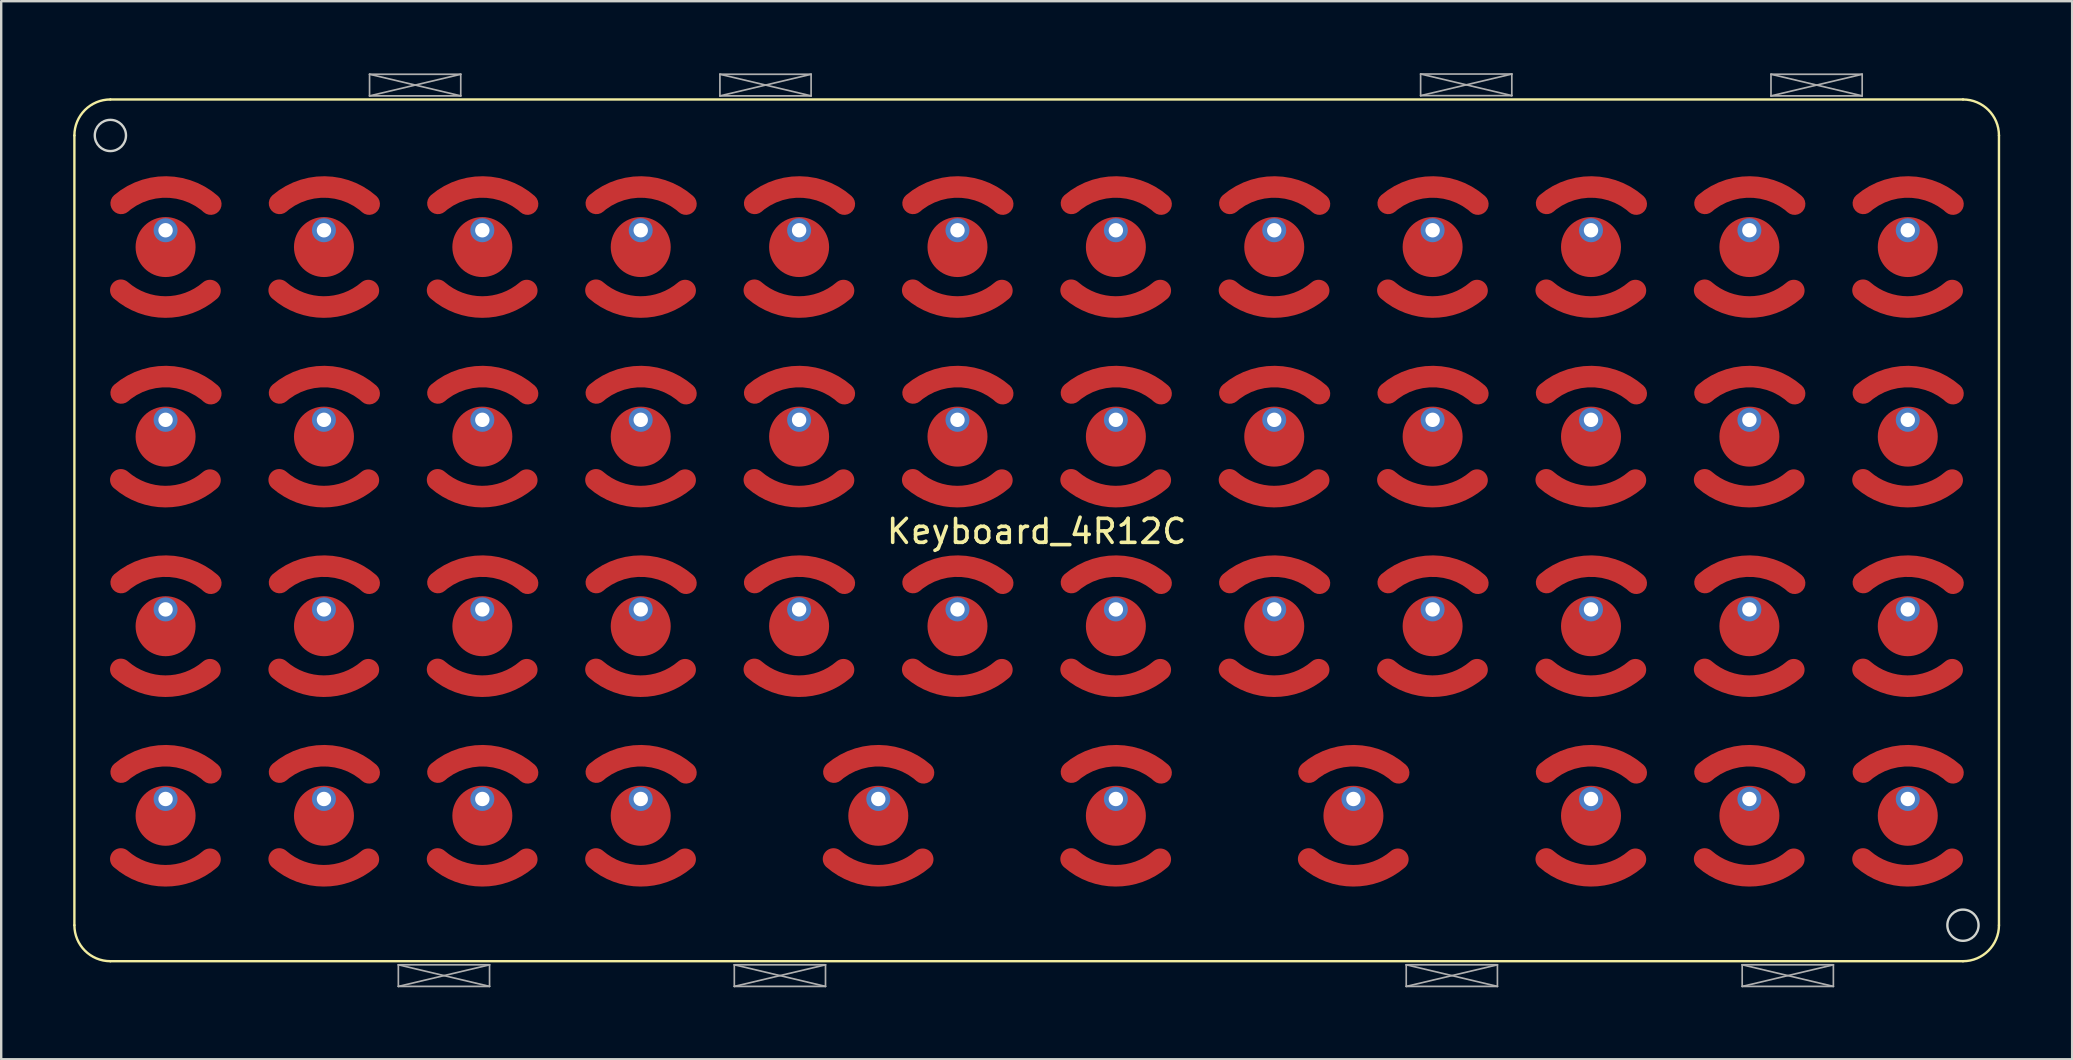
<source format=kicad_pcb>
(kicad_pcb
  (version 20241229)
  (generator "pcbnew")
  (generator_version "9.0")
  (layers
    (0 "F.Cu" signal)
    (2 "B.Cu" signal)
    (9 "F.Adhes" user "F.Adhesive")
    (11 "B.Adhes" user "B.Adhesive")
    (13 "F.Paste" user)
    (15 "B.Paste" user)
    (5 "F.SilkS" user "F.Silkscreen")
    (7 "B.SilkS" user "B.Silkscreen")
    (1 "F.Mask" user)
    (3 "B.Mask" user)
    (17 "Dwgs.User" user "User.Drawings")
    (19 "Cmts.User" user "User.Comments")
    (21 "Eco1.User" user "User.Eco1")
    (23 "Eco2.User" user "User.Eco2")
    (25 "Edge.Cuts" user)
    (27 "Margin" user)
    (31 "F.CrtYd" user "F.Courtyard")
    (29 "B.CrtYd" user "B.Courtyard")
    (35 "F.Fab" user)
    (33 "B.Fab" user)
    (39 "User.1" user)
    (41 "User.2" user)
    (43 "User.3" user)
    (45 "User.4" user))
  (footprint "Keyboard_4R12C"
    (layer "F.Cu")
    (at 40.15 11.195)
    (property "Reference" "Keyboard_4R12C" (at 0 7.9 0) (unlocked yes) (layer "F.SilkS") (effects (font (size 1 1) (thickness 0.15))))
    (attr smd)
    (fp_arc (start -34.450005 -2.136258) (mid -36.309623 -1.449989) (end -38.164543 -2.148858) (stroke (width 0.9) (type solid)) (layer "F.Cu"))
    (fp_arc (start -34.450005 5.763742) (mid -36.309623 6.450011) (end -38.164543 5.751142) (stroke (width 0.9) (type solid)) (layer "F.Cu"))
    (fp_arc (start -34.450005 13.663742) (mid -36.309623 14.350011) (end -38.164543 13.651142) (stroke (width 0.9) (type solid)) (layer "F.Cu"))
    (fp_arc (start -34.450005 21.563742) (mid -36.309623 22.250011) (end -38.164543 21.551142) (stroke (width 0.9) (type solid)) (layer "F.Cu"))
    (fp_arc (start -27.850005 -2.136258) (mid -29.709623 -1.449989) (end -31.564543 -2.148858) (stroke (width 0.9) (type solid)) (layer "F.Cu"))
    (fp_arc (start -27.850005 5.763742) (mid -29.709623 6.450011) (end -31.564543 5.751142) (stroke (width 0.9) (type solid)) (layer "F.Cu"))
    (fp_arc (start -27.850005 13.663742) (mid -29.709623 14.350011) (end -31.564543 13.651142) (stroke (width 0.9) (type solid)) (layer "F.Cu"))
    (fp_arc (start -27.850005 21.563742) (mid -29.709623 22.250011) (end -31.564543 21.551142) (stroke (width 0.9) (type solid)) (layer "F.Cu"))
    (fp_arc (start -21.250005 -2.136258) (mid -23.109623 -1.449989) (end -24.964543 -2.148858) (stroke (width 0.9) (type solid)) (layer "F.Cu"))
    (fp_arc (start -21.250005 5.763742) (mid -23.109623 6.450011) (end -24.964543 5.751142) (stroke (width 0.9) (type solid)) (layer "F.Cu"))
    (fp_arc (start -21.250005 13.663742) (mid -23.109623 14.350011) (end -24.964543 13.651142) (stroke (width 0.9) (type solid)) (layer "F.Cu"))
    (fp_arc (start -21.250005 21.563742) (mid -23.109623 22.250011) (end -24.964543 21.551142) (stroke (width 0.9) (type solid)) (layer "F.Cu"))
    (fp_arc (start -14.650005 -2.136258) (mid -16.509623 -1.449989) (end -18.364543 -2.148858) (stroke (width 0.9) (type solid)) (layer "F.Cu"))
    (fp_arc (start -14.650005 5.763742) (mid -16.509623 6.450011) (end -18.364543 5.751142) (stroke (width 0.9) (type solid)) (layer "F.Cu"))
    (fp_arc (start -14.650005 13.663742) (mid -16.509623 14.350011) (end -18.364543 13.651142) (stroke (width 0.9) (type solid)) (layer "F.Cu"))
    (fp_arc (start -14.650005 21.563742) (mid -16.509623 22.250011) (end -18.364543 21.551142) (stroke (width 0.9) (type solid)) (layer "F.Cu"))
    (fp_arc (start -8.050005 -2.136258) (mid -9.909623 -1.449989) (end -11.764543 -2.148858) (stroke (width 0.9) (type solid)) (layer "F.Cu"))
    (fp_arc (start -8.050005 5.763742) (mid -9.909623 6.450011) (end -11.764543 5.751142) (stroke (width 0.9) (type solid)) (layer "F.Cu"))
    (fp_arc (start -8.050005 13.663742) (mid -9.909623 14.350011) (end -11.764543 13.651142) (stroke (width 0.9) (type solid)) (layer "F.Cu"))
    (fp_arc (start -4.750005 21.563742) (mid -6.609623 22.250011) (end -8.464543 21.551142) (stroke (width 0.9) (type solid)) (layer "F.Cu"))
    (fp_arc (start -1.450005 -2.136258) (mid -3.309623 -1.449989) (end -5.164543 -2.148858) (stroke (width 0.9) (type solid)) (layer "F.Cu"))
    (fp_arc (start -1.450005 5.763742) (mid -3.309623 6.450011) (end -5.164543 5.751142) (stroke (width 0.9) (type solid)) (layer "F.Cu"))
    (fp_arc (start -1.450005 13.663742) (mid -3.309623 14.350011) (end -5.164543 13.651142) (stroke (width 0.9) (type solid)) (layer "F.Cu"))
    (fp_arc (start 5.149995 -2.136258) (mid 3.290377 -1.449989) (end 1.435457 -2.148858) (stroke (width 0.9) (type solid)) (layer "F.Cu"))
    (fp_arc (start 5.149995 5.763742) (mid 3.290377 6.450011) (end 1.435457 5.751142) (stroke (width 0.9) (type solid)) (layer "F.Cu"))
    (fp_arc (start 5.149995 13.663742) (mid 3.290377 14.350011) (end 1.435457 13.651142) (stroke (width 0.9) (type solid)) (layer "F.Cu"))
    (fp_arc (start 5.149995 21.563742) (mid 3.290377 22.250011) (end 1.435457 21.551142) (stroke (width 0.9) (type solid)) (layer "F.Cu"))
    (fp_arc (start 11.749995 -2.136258) (mid 9.890377 -1.449989) (end 8.035457 -2.148858) (stroke (width 0.9) (type solid)) (layer "F.Cu"))
    (fp_arc (start 11.749995 5.763742) (mid 9.890377 6.450011) (end 8.035457 5.751142) (stroke (width 0.9) (type solid)) (layer "F.Cu"))
    (fp_arc (start 11.749995 13.663742) (mid 9.890377 14.350011) (end 8.035457 13.651142) (stroke (width 0.9) (type solid)) (layer "F.Cu"))
    (fp_arc (start 15.049995 21.563742) (mid 13.190377 22.250011) (end 11.335457 21.551142) (stroke (width 0.9) (type solid)) (layer "F.Cu"))
    (fp_arc (start 18.349995 -2.136258) (mid 16.490377 -1.449989) (end 14.635457 -2.148858) (stroke (width 0.9) (type solid)) (layer "F.Cu"))
    (fp_arc (start 18.349995 5.763742) (mid 16.490377 6.450011) (end 14.635457 5.751142) (stroke (width 0.9) (type solid)) (layer "F.Cu"))
    (fp_arc (start 18.349995 13.663742) (mid 16.490377 14.350011) (end 14.635457 13.651142) (stroke (width 0.9) (type solid)) (layer "F.Cu"))
    (fp_arc (start 24.949995 -2.136258) (mid 23.090377 -1.449989) (end 21.235457 -2.148858) (stroke (width 0.9) (type solid)) (layer "F.Cu"))
    (fp_arc (start 24.949995 5.763742) (mid 23.090377 6.450011) (end 21.235457 5.751142) (stroke (width 0.9) (type solid)) (layer "F.Cu"))
    (fp_arc (start 24.949995 13.663742) (mid 23.090377 14.350011) (end 21.235457 13.651142) (stroke (width 0.9) (type solid)) (layer "F.Cu"))
    (fp_arc (start 24.949995 21.563742) (mid 23.090377 22.250011) (end 21.235457 21.551142) (stroke (width 0.9) (type solid)) (layer "F.Cu"))
    (fp_arc (start 31.549995 -2.136258) (mid 29.690377 -1.449989) (end 27.835457 -2.148858) (stroke (width 0.9) (type solid)) (layer "F.Cu"))
    (fp_arc (start 31.549995 5.763742) (mid 29.690377 6.450011) (end 27.835457 5.751142) (stroke (width 0.9) (type solid)) (layer "F.Cu"))
    (fp_arc (start 31.549995 13.663742) (mid 29.690377 14.350011) (end 27.835457 13.651142) (stroke (width 0.9) (type solid)) (layer "F.Cu"))
    (fp_arc (start 31.549995 21.563742) (mid 29.690377 22.250011) (end 27.835457 21.551142) (stroke (width 0.9) (type solid)) (layer "F.Cu"))
    (fp_arc (start 38.149995 -2.136258) (mid 36.290377 -1.449989) (end 34.435457 -2.148858) (stroke (width 0.9) (type solid)) (layer "F.Cu"))
    (fp_arc (start 38.149995 5.763742) (mid 36.290377 6.450011) (end 34.435457 5.751142) (stroke (width 0.9) (type solid)) (layer "F.Cu"))
    (fp_arc (start 38.149995 13.663742) (mid 36.290377 14.350011) (end 34.435457 13.651142) (stroke (width 0.9) (type solid)) (layer "F.Cu"))
    (fp_arc (start 38.149995 21.563742) (mid 36.290377 22.250011) (end 34.435457 21.551142) (stroke (width 0.9) (type solid)) (layer "F.Cu"))
    (fp_arc (start -34.450005 -2.136258) (mid -36.309623 -1.449989) (end -38.164543 -2.148858) (stroke (width 0.9) (type solid)) (layer "F.Mask"))
    (fp_arc (start -34.450005 5.763742) (mid -36.309623 6.450011) (end -38.164543 5.751142) (stroke (width 0.9) (type solid)) (layer "F.Mask"))
    (fp_arc (start -34.450005 13.663742) (mid -36.309623 14.350011) (end -38.164543 13.651142) (stroke (width 0.9) (type solid)) (layer "F.Mask"))
    (fp_arc (start -34.450005 21.563742) (mid -36.309623 22.250011) (end -38.164543 21.551142) (stroke (width 0.9) (type solid)) (layer "F.Mask"))
    (fp_arc (start -27.850005 -2.136258) (mid -29.709623 -1.449989) (end -31.564543 -2.148858) (stroke (width 0.9) (type solid)) (layer "F.Mask"))
    (fp_arc (start -27.850005 5.763742) (mid -29.709623 6.450011) (end -31.564543 5.751142) (stroke (width 0.9) (type solid)) (layer "F.Mask"))
    (fp_arc (start -27.850005 13.663742) (mid -29.709623 14.350011) (end -31.564543 13.651142) (stroke (width 0.9) (type solid)) (layer "F.Mask"))
    (fp_arc (start -27.850005 21.563742) (mid -29.709623 22.250011) (end -31.564543 21.551142) (stroke (width 0.9) (type solid)) (layer "F.Mask"))
    (fp_arc (start -21.250005 -2.136258) (mid -23.109623 -1.449989) (end -24.964543 -2.148858) (stroke (width 0.9) (type solid)) (layer "F.Mask"))
    (fp_arc (start -21.250005 5.763742) (mid -23.109623 6.450011) (end -24.964543 5.751142) (stroke (width 0.9) (type solid)) (layer "F.Mask"))
    (fp_arc (start -21.250005 13.663742) (mid -23.109623 14.350011) (end -24.964543 13.651142) (stroke (width 0.9) (type solid)) (layer "F.Mask"))
    (fp_arc (start -21.250005 21.563742) (mid -23.109623 22.250011) (end -24.964543 21.551142) (stroke (width 0.9) (type solid)) (layer "F.Mask"))
    (fp_arc (start -14.650005 -2.136258) (mid -16.509623 -1.449989) (end -18.364543 -2.148858) (stroke (width 0.9) (type solid)) (layer "F.Mask"))
    (fp_arc (start -14.650005 5.763742) (mid -16.509623 6.450011) (end -18.364543 5.751142) (stroke (width 0.9) (type solid)) (layer "F.Mask"))
    (fp_arc (start -14.650005 13.663742) (mid -16.509623 14.350011) (end -18.364543 13.651142) (stroke (width 0.9) (type solid)) (layer "F.Mask"))
    (fp_arc (start -14.650005 21.563742) (mid -16.509623 22.250011) (end -18.364543 21.551142) (stroke (width 0.9) (type solid)) (layer "F.Mask"))
    (fp_arc (start -8.050005 -2.136258) (mid -9.909623 -1.449989) (end -11.764543 -2.148858) (stroke (width 0.9) (type solid)) (layer "F.Mask"))
    (fp_arc (start -8.050005 5.763742) (mid -9.909623 6.450011) (end -11.764543 5.751142) (stroke (width 0.9) (type solid)) (layer "F.Mask"))
    (fp_arc (start -8.050005 13.663742) (mid -9.909623 14.350011) (end -11.764543 13.651142) (stroke (width 0.9) (type solid)) (layer "F.Mask"))
    (fp_arc (start -4.750005 21.563742) (mid -6.609623 22.250011) (end -8.464542 21.551142) (stroke (width 0.9) (type solid)) (layer "F.Mask"))
    (fp_arc (start -1.450005 -2.136258) (mid -3.309623 -1.449989) (end -5.164543 -2.148858) (stroke (width 0.9) (type solid)) (layer "F.Mask"))
    (fp_arc (start -1.450005 5.763742) (mid -3.309623 6.450011) (end -5.164543 5.751142) (stroke (width 0.9) (type solid)) (layer "F.Mask"))
    (fp_arc (start -1.450005 13.663742) (mid -3.309623 14.350011) (end -5.164543 13.651142) (stroke (width 0.9) (type solid)) (layer "F.Mask"))
    (fp_arc (start 5.149995 -2.136258) (mid 3.290377 -1.449989) (end 1.435457 -2.148858) (stroke (width 0.9) (type solid)) (layer "F.Mask"))
    (fp_arc (start 5.149995 5.763742) (mid 3.290377 6.450011) (end 1.435457 5.751142) (stroke (width 0.9) (type solid)) (layer "F.Mask"))
    (fp_arc (start 5.149995 13.663742) (mid 3.290377 14.350011) (end 1.435457 13.651142) (stroke (width 0.9) (type solid)) (layer "F.Mask"))
    (fp_arc (start 5.149995 21.563742) (mid 3.290377 22.250011) (end 1.435458 21.551142) (stroke (width 0.9) (type solid)) (layer "F.Mask"))
    (fp_arc (start 11.749995 -2.136258) (mid 9.890377 -1.449989) (end 8.035457 -2.148858) (stroke (width 0.9) (type solid)) (layer "F.Mask"))
    (fp_arc (start 11.749995 5.763742) (mid 9.890377 6.450011) (end 8.035457 5.751142) (stroke (width 0.9) (type solid)) (layer "F.Mask"))
    (fp_arc (start 11.749995 13.663742) (mid 9.890377 14.350011) (end 8.035457 13.651142) (stroke (width 0.9) (type solid)) (layer "F.Mask"))
    (fp_arc (start 15.049995 21.563742) (mid 13.190377 22.250011) (end 11.335457 21.551142) (stroke (width 0.9) (type solid)) (layer "F.Mask"))
    (fp_arc (start 18.349995 -2.136258) (mid 16.490377 -1.449989) (end 14.635457 -2.148858) (stroke (width 0.9) (type solid)) (layer "F.Mask"))
    (fp_arc (start 18.349995 5.763742) (mid 16.490377 6.450011) (end 14.635457 5.751142) (stroke (width 0.9) (type solid)) (layer "F.Mask"))
    (fp_arc (start 18.349995 13.663742) (mid 16.490377 14.350011) (end 14.635457 13.651142) (stroke (width 0.9) (type solid)) (layer "F.Mask"))
    (fp_arc (start 24.949995 -2.136258) (mid 23.090377 -1.449989) (end 21.235457 -2.148858) (stroke (width 0.9) (type solid)) (layer "F.Mask"))
    (fp_arc (start 24.949995 5.763742) (mid 23.090377 6.450011) (end 21.235457 5.751142) (stroke (width 0.9) (type solid)) (layer "F.Mask"))
    (fp_arc (start 24.949995 13.663742) (mid 23.090377 14.350011) (end 21.235457 13.651142) (stroke (width 0.9) (type solid)) (layer "F.Mask"))
    (fp_arc (start 24.949995 21.563742) (mid 23.090377 22.250011) (end 21.235457 21.551142) (stroke (width 0.9) (type solid)) (layer "F.Mask"))
    (fp_arc (start 31.549995 -2.136258) (mid 29.690377 -1.449989) (end 27.835457 -2.148858) (stroke (width 0.9) (type solid)) (layer "F.Mask"))
    (fp_arc (start 31.549995 5.763742) (mid 29.690377 6.450011) (end 27.835457 5.751142) (stroke (width 0.9) (type solid)) (layer "F.Mask"))
    (fp_arc (start 31.549995 13.663742) (mid 29.690377 14.350011) (end 27.835457 13.651142) (stroke (width 0.9) (type solid)) (layer "F.Mask"))
    (fp_arc (start 31.549995 21.563742) (mid 29.690377 22.250011) (end 27.835457 21.551142) (stroke (width 0.9) (type solid)) (layer "F.Mask"))
    (fp_arc (start 38.149995 -2.136258) (mid 36.290377 -1.449989) (end 34.435457 -2.148858) (stroke (width 0.9) (type solid)) (layer "F.Mask"))
    (fp_arc (start 38.149995 5.763742) (mid 36.290377 6.450011) (end 34.435457 5.751142) (stroke (width 0.9) (type solid)) (layer "F.Mask"))
    (fp_arc (start 38.149995 13.663742) (mid 36.290377 14.350011) (end 34.435457 13.651142) (stroke (width 0.9) (type solid)) (layer "F.Mask"))
    (fp_arc (start 38.149995 21.563742) (mid 36.290377 22.250011) (end 34.435457 21.551142) (stroke (width 0.9) (type solid)) (layer "F.Mask"))
    (fp_poly (pts (xy -36.3 -6.75) (xy -34.05 -5.75) (xy -34.05 -2.15) (xy -36.3 -1.15) (xy -38.55 -2.15) (xy -38.55 -5.75)) (stroke (width 0.05) (type solid)) (fill yes) (layer "F.Mask"))
    (fp_poly (pts (xy -36.3 1.15) (xy -34.05 2.15) (xy -34.05 5.75) (xy -36.3 6.75) (xy -38.55 5.75) (xy -38.55 2.15)) (stroke (width 0.05) (type solid)) (fill yes) (layer "F.Mask"))
    (fp_poly (pts (xy -36.3 9.05) (xy -34.05 10.05) (xy -34.05 13.65) (xy -36.3 14.65) (xy -38.55 13.65) (xy -38.55 10.05)) (stroke (width 0.05) (type solid)) (fill yes) (layer "F.Mask"))
    (fp_poly (pts (xy -36.3 16.95) (xy -34.05 17.95) (xy -34.05 21.55) (xy -36.3 22.55) (xy -38.55 21.55) (xy -38.55 17.95)) (stroke (width 0.05) (type solid)) (fill yes) (layer "F.Mask"))
    (fp_poly (pts (xy -29.7 -6.75) (xy -27.45 -5.75) (xy -27.45 -2.15) (xy -29.7 -1.15) (xy -31.95 -2.15) (xy -31.95 -5.75)) (stroke (width 0.05) (type solid)) (fill yes) (layer "F.Mask"))
    (fp_poly (pts (xy -29.7 1.15) (xy -27.45 2.15) (xy -27.45 5.75) (xy -29.7 6.75) (xy -31.95 5.75) (xy -31.95 2.15)) (stroke (width 0.05) (type solid)) (fill yes) (layer "F.Mask"))
    (fp_poly (pts (xy -29.7 9.05) (xy -27.45 10.05) (xy -27.45 13.65) (xy -29.7 14.65) (xy -31.95 13.65) (xy -31.95 10.05)) (stroke (width 0.05) (type solid)) (fill yes) (layer "F.Mask"))
    (fp_poly (pts (xy -29.7 16.95) (xy -27.45 17.95) (xy -27.45 21.55) (xy -29.7 22.55) (xy -31.95 21.55) (xy -31.95 17.95)) (stroke (width 0.05) (type solid)) (fill yes) (layer "F.Mask"))
    (fp_poly (pts (xy -23.1 -6.75) (xy -20.85 -5.75) (xy -20.85 -2.15) (xy -23.1 -1.15) (xy -25.35 -2.15) (xy -25.35 -5.75)) (stroke (width 0.05) (type solid)) (fill yes) (layer "F.Mask"))
    (fp_poly (pts (xy -23.1 1.15) (xy -20.85 2.15) (xy -20.85 5.75) (xy -23.1 6.75) (xy -25.35 5.75) (xy -25.35 2.15)) (stroke (width 0.05) (type solid)) (fill yes) (layer "F.Mask"))
    (fp_poly (pts (xy -23.1 9.05) (xy -20.85 10.05) (xy -20.85 13.65) (xy -23.1 14.65) (xy -25.35 13.65) (xy -25.35 10.05)) (stroke (width 0.05) (type solid)) (fill yes) (layer "F.Mask"))
    (fp_poly (pts (xy -23.1 16.95) (xy -20.85 17.95) (xy -20.85 21.55) (xy -23.1 22.55) (xy -25.35 21.55) (xy -25.35 17.95)) (stroke (width 0.05) (type solid)) (fill yes) (layer "F.Mask"))
    (fp_poly (pts (xy -16.5 -6.75) (xy -14.25 -5.75) (xy -14.25 -2.15) (xy -16.5 -1.15) (xy -18.75 -2.15) (xy -18.75 -5.75)) (stroke (width 0.05) (type solid)) (fill yes) (layer "F.Mask"))
    (fp_poly (pts (xy -16.5 1.15) (xy -14.25 2.15) (xy -14.25 5.75) (xy -16.5 6.75) (xy -18.75 5.75) (xy -18.75 2.15)) (stroke (width 0.05) (type solid)) (fill yes) (layer "F.Mask"))
    (fp_poly (pts (xy -16.5 9.05) (xy -14.25 10.05) (xy -14.25 13.65) (xy -16.5 14.65) (xy -18.75 13.65) (xy -18.75 10.05)) (stroke (width 0.05) (type solid)) (fill yes) (layer "F.Mask"))
    (fp_poly (pts (xy -16.5 16.95) (xy -14.25 17.95) (xy -14.25 21.55) (xy -16.5 22.55) (xy -18.75 21.55) (xy -18.75 17.95)) (stroke (width 0.05) (type solid)) (fill yes) (layer "F.Mask"))
    (fp_poly (pts (xy -9.9 -6.75) (xy -7.65 -5.75) (xy -7.65 -2.15) (xy -9.9 -1.15) (xy -12.15 -2.15) (xy -12.15 -5.75)) (stroke (width 0.05) (type solid)) (fill yes) (layer "F.Mask"))
    (fp_poly (pts (xy -9.9 1.15) (xy -7.65 2.15) (xy -7.65 5.75) (xy -9.9 6.75) (xy -12.15 5.75) (xy -12.15 2.15)) (stroke (width 0.05) (type solid)) (fill yes) (layer "F.Mask"))
    (fp_poly (pts (xy -9.9 9.05) (xy -7.65 10.05) (xy -7.65 13.65) (xy -9.9 14.65) (xy -12.15 13.65) (xy -12.15 10.05)) (stroke (width 0.05) (type solid)) (fill yes) (layer "F.Mask"))
    (fp_poly (pts (xy -6.6 16.95) (xy -4.35 17.95) (xy -4.35 21.55) (xy -6.6 22.55) (xy -8.85 21.55) (xy -8.85 17.95)) (stroke (width 0.05) (type solid)) (fill yes) (layer "F.Mask"))
    (fp_poly (pts (xy -3.3 -6.75) (xy -1.05 -5.75) (xy -1.05 -2.15) (xy -3.3 -1.15) (xy -5.55 -2.15) (xy -5.55 -5.75)) (stroke (width 0.05) (type solid)) (fill yes) (layer "F.Mask"))
    (fp_poly (pts (xy -3.3 1.15) (xy -1.05 2.15) (xy -1.05 5.75) (xy -3.3 6.75) (xy -5.55 5.75) (xy -5.55 2.15)) (stroke (width 0.05) (type solid)) (fill yes) (layer "F.Mask"))
    (fp_poly (pts (xy -3.3 9.05) (xy -1.05 10.05) (xy -1.05 13.65) (xy -3.3 14.65) (xy -5.55 13.65) (xy -5.55 10.05)) (stroke (width 0.05) (type solid)) (fill yes) (layer "F.Mask"))
    (fp_poly (pts (xy 3.3 -6.75) (xy 5.55 -5.75) (xy 5.55 -2.15) (xy 3.3 -1.15) (xy 1.05 -2.15) (xy 1.05 -5.75)) (stroke (width 0.05) (type solid)) (fill yes) (layer "F.Mask"))
    (fp_poly (pts (xy 3.3 1.15) (xy 5.55 2.15) (xy 5.55 5.75) (xy 3.3 6.75) (xy 1.05 5.75) (xy 1.05 2.15)) (stroke (width 0.05) (type solid)) (fill yes) (layer "F.Mask"))
    (fp_poly (pts (xy 3.3 9.05) (xy 5.55 10.05) (xy 5.55 13.65) (xy 3.3 14.65) (xy 1.05 13.65) (xy 1.05 10.05)) (stroke (width 0.05) (type solid)) (fill yes) (layer "F.Mask"))
    (fp_poly (pts (xy 3.3 16.95) (xy 5.55 17.95) (xy 5.55 21.55) (xy 3.3 22.55) (xy 1.05 21.55) (xy 1.05 17.95)) (stroke (width 0.05) (type solid)) (fill yes) (layer "F.Mask"))
    (fp_poly (pts (xy 9.9 -6.75) (xy 12.15 -5.75) (xy 12.15 -2.15) (xy 9.9 -1.15) (xy 7.65 -2.15) (xy 7.65 -5.75)) (stroke (width 0.05) (type solid)) (fill yes) (layer "F.Mask"))
    (fp_poly (pts (xy 9.9 1.15) (xy 12.15 2.15) (xy 12.15 5.75) (xy 9.9 6.75) (xy 7.65 5.75) (xy 7.65 2.15)) (stroke (width 0.05) (type solid)) (fill yes) (layer "F.Mask"))
    (fp_poly (pts (xy 9.9 9.05) (xy 12.15 10.05) (xy 12.15 13.65) (xy 9.9 14.65) (xy 7.65 13.65) (xy 7.65 10.05)) (stroke (width 0.05) (type solid)) (fill yes) (layer "F.Mask"))
    (fp_poly (pts (xy 13.2 16.95) (xy 15.45 17.95) (xy 15.45 21.55) (xy 13.2 22.55) (xy 10.95 21.55) (xy 10.95 17.95)) (stroke (width 0.05) (type solid)) (fill yes) (layer "F.Mask"))
    (fp_poly (pts (xy 16.5 -6.75) (xy 18.75 -5.75) (xy 18.75 -2.15) (xy 16.5 -1.15) (xy 14.25 -2.15) (xy 14.25 -5.75)) (stroke (width 0.05) (type solid)) (fill yes) (layer "F.Mask"))
    (fp_poly (pts (xy 16.5 1.15) (xy 18.75 2.15) (xy 18.75 5.75) (xy 16.5 6.75) (xy 14.25 5.75) (xy 14.25 2.15)) (stroke (width 0.05) (type solid)) (fill yes) (layer "F.Mask"))
    (fp_poly (pts (xy 16.5 9.05) (xy 18.75 10.05) (xy 18.75 13.65) (xy 16.5 14.65) (xy 14.25 13.65) (xy 14.25 10.05)) (stroke (width 0.05) (type solid)) (fill yes) (layer "F.Mask"))
    (fp_poly (pts (xy 23.1 -6.75) (xy 25.35 -5.75) (xy 25.35 -2.15) (xy 23.1 -1.15) (xy 20.85 -2.15) (xy 20.85 -5.75)) (stroke (width 0.05) (type solid)) (fill yes) (layer "F.Mask"))
    (fp_poly (pts (xy 23.1 1.15) (xy 25.35 2.15) (xy 25.35 5.75) (xy 23.1 6.75) (xy 20.85 5.75) (xy 20.85 2.15)) (stroke (width 0.05) (type solid)) (fill yes) (layer "F.Mask"))
    (fp_poly (pts (xy 23.1 9.05) (xy 25.35 10.05) (xy 25.35 13.65) (xy 23.1 14.65) (xy 20.85 13.65) (xy 20.85 10.05)) (stroke (width 0.05) (type solid)) (fill yes) (layer "F.Mask"))
    (fp_poly (pts (xy 23.1 16.95) (xy 25.35 17.95) (xy 25.35 21.55) (xy 23.1 22.55) (xy 20.85 21.55) (xy 20.85 17.95)) (stroke (width 0.05) (type solid)) (fill yes) (layer "F.Mask"))
    (fp_poly (pts (xy 29.7 -6.75) (xy 31.95 -5.75) (xy 31.95 -2.15) (xy 29.7 -1.15) (xy 27.45 -2.15) (xy 27.45 -5.75)) (stroke (width 0.05) (type solid)) (fill yes) (layer "F.Mask"))
    (fp_poly (pts (xy 29.7 1.15) (xy 31.95 2.15) (xy 31.95 5.75) (xy 29.7 6.75) (xy 27.45 5.75) (xy 27.45 2.15)) (stroke (width 0.05) (type solid)) (fill yes) (layer "F.Mask"))
    (fp_poly (pts (xy 29.7 9.05) (xy 31.95 10.05) (xy 31.95 13.65) (xy 29.7 14.65) (xy 27.45 13.65) (xy 27.45 10.05)) (stroke (width 0.05) (type solid)) (fill yes) (layer "F.Mask"))
    (fp_poly (pts (xy 29.7 16.95) (xy 31.95 17.95) (xy 31.95 21.55) (xy 29.7 22.55) (xy 27.45 21.55) (xy 27.45 17.95)) (stroke (width 0.05) (type solid)) (fill yes) (layer "F.Mask"))
    (fp_poly (pts (xy 36.3 -6.75) (xy 38.55 -5.75) (xy 38.55 -2.15) (xy 36.3 -1.15) (xy 34.05 -2.15) (xy 34.05 -5.75)) (stroke (width 0.05) (type solid)) (fill yes) (layer "F.Mask"))
    (fp_poly (pts (xy 36.3 1.15) (xy 38.55 2.15) (xy 38.55 5.75) (xy 36.3 6.75) (xy 34.05 5.75) (xy 34.05 2.15)) (stroke (width 0.05) (type solid)) (fill yes) (layer "F.Mask"))
    (fp_poly (pts (xy 36.3 9.05) (xy 38.55 10.05) (xy 38.55 13.65) (xy 36.3 14.65) (xy 34.05 13.65) (xy 34.05 10.05)) (stroke (width 0.05) (type solid)) (fill yes) (layer "F.Mask"))
    (fp_poly (pts (xy 36.3 16.95) (xy 38.55 17.95) (xy 38.55 21.55) (xy 36.3 22.55) (xy 34.05 21.55) (xy 34.05 17.95)) (stroke (width 0.05) (type solid)) (fill yes) (layer "F.Mask"))
    (fp_line (start -40.1 -8.6) (end -40.1 24.31) (stroke (width 0.1) (type solid)) (layer "F.SilkS"))
    (fp_line (start -38.6 25.81) (end 38.6 25.81) (stroke (width 0.1) (type solid)) (layer "F.SilkS"))
    (fp_line (start 38.6 -10.1) (end -38.6 -10.1) (stroke (width 0.1) (type solid)) (layer "F.SilkS"))
    (fp_line (start 40.1 24.31) (end 40.1 -8.6) (stroke (width 0.1) (type solid)) (layer "F.SilkS"))
    (fp_arc (start -40.1 -8.6) (mid -39.66066 -9.66066) (end -38.6 -10.1) (stroke (width 0.1) (type default)) (layer "F.SilkS"))
    (fp_arc (start -38.6 25.81) (mid -39.66066 25.37066) (end -40.1 24.31) (stroke (width 0.1) (type default)) (layer "F.SilkS"))
    (fp_arc (start 38.6 -10.1) (mid 39.66066 -9.66066) (end 40.1 -8.6) (stroke (width 0.1) (type default)) (layer "F.SilkS"))
    (fp_arc (start 40.1 24.31) (mid 39.66066 25.37066) (end 38.6 25.81) (stroke (width 0.1) (type default)) (layer "F.SilkS"))
    (fp_circle (center -38.6 -8.6) (end -37.95 -8.6) (stroke (width 0.1) (type default)) (fill no) (layer "Edge.Cuts"))
    (fp_circle (center 38.6 24.31) (end 39.25 24.31) (stroke (width 0.1) (type default)) (fill no) (layer "Edge.Cuts"))
    (fp_line (start -27.8 -11.15) (end -24 -11.15) (stroke (width 0.07) (type solid)) (layer "F.Fab"))
    (fp_line (start -27.8 -11.15) (end -24 -10.25) (stroke (width 0.07) (type default)) (layer "F.Fab"))
    (fp_line (start -27.8 -10.25) (end -27.8 -11.15) (stroke (width 0.07) (type solid)) (layer "F.Fab"))
    (fp_line (start -26.6 25.96) (end -22.8 25.96) (stroke (width 0.07) (type solid)) (layer "F.Fab"))
    (fp_line (start -26.6 25.96) (end -22.8 26.86) (stroke (width 0.07) (type default)) (layer "F.Fab"))
    (fp_line (start -26.6 26.86) (end -26.6 25.96) (stroke (width 0.07) (type solid)) (layer "F.Fab"))
    (fp_line (start -24 -11.15) (end -27.8 -10.25) (stroke (width 0.07) (type default)) (layer "F.Fab"))
    (fp_line (start -24 -11.15) (end -24 -10.25) (stroke (width 0.07) (type solid)) (layer "F.Fab"))
    (fp_line (start -24 -10.25) (end -27.8 -10.25) (stroke (width 0.07) (type solid)) (layer "F.Fab"))
    (fp_line (start -22.8 25.96) (end -26.6 26.86) (stroke (width 0.07) (type default)) (layer "F.Fab"))
    (fp_line (start -22.8 25.96) (end -22.8 26.86) (stroke (width 0.07) (type solid)) (layer "F.Fab"))
    (fp_line (start -22.8 26.86) (end -26.6 26.86) (stroke (width 0.07) (type solid)) (layer "F.Fab"))
    (fp_line (start -13.2 -11.15) (end -9.4 -11.15) (stroke (width 0.07) (type solid)) (layer "F.Fab"))
    (fp_line (start -13.2 -11.15) (end -9.4 -10.25) (stroke (width 0.07) (type default)) (layer "F.Fab"))
    (fp_line (start -13.2 -10.25) (end -13.2 -11.15) (stroke (width 0.07) (type solid)) (layer "F.Fab"))
    (fp_line (start -12.6 25.96) (end -8.8 25.96) (stroke (width 0.07) (type solid)) (layer "F.Fab"))
    (fp_line (start -12.6 25.96) (end -8.8 26.86) (stroke (width 0.07) (type default)) (layer "F.Fab"))
    (fp_line (start -12.6 26.86) (end -12.6 25.96) (stroke (width 0.07) (type solid)) (layer "F.Fab"))
    (fp_line (start -9.4 -11.15) (end -13.2 -10.25) (stroke (width 0.07) (type default)) (layer "F.Fab"))
    (fp_line (start -9.4 -11.15) (end -9.4 -10.25) (stroke (width 0.07) (type solid)) (layer "F.Fab"))
    (fp_line (start -9.4 -10.25) (end -13.2 -10.25) (stroke (width 0.07) (type solid)) (layer "F.Fab"))
    (fp_line (start -8.8 25.96) (end -12.6 26.86) (stroke (width 0.07) (type default)) (layer "F.Fab"))
    (fp_line (start -8.8 25.96) (end -8.8 26.86) (stroke (width 0.07) (type solid)) (layer "F.Fab"))
    (fp_line (start -8.8 26.86) (end -12.6 26.86) (stroke (width 0.07) (type solid)) (layer "F.Fab"))
    (fp_line (start 15.4 25.96) (end 19.2 25.96) (stroke (width 0.07) (type solid)) (layer "F.Fab"))
    (fp_line (start 15.4 25.96) (end 19.2 26.86) (stroke (width 0.07) (type default)) (layer "F.Fab"))
    (fp_line (start 15.4 26.86) (end 15.4 25.96) (stroke (width 0.07) (type solid)) (layer "F.Fab"))
    (fp_line (start 16 -11.16) (end 19.8 -11.16) (stroke (width 0.07) (type solid)) (layer "F.Fab"))
    (fp_line (start 16 -11.16) (end 19.8 -10.26) (stroke (width 0.07) (type default)) (layer "F.Fab"))
    (fp_line (start 16 -10.26) (end 16 -11.16) (stroke (width 0.07) (type solid)) (layer "F.Fab"))
    (fp_line (start 19.2 25.96) (end 15.4 26.86) (stroke (width 0.07) (type default)) (layer "F.Fab"))
    (fp_line (start 19.2 25.96) (end 19.2 26.86) (stroke (width 0.07) (type solid)) (layer "F.Fab"))
    (fp_line (start 19.2 26.86) (end 15.4 26.86) (stroke (width 0.07) (type solid)) (layer "F.Fab"))
    (fp_line (start 19.8 -11.16) (end 16 -10.26) (stroke (width 0.07) (type default)) (layer "F.Fab"))
    (fp_line (start 19.8 -11.16) (end 19.8 -10.26) (stroke (width 0.07) (type solid)) (layer "F.Fab"))
    (fp_line (start 19.8 -10.26) (end 16 -10.26) (stroke (width 0.07) (type solid)) (layer "F.Fab"))
    (fp_line (start 29.4 25.96) (end 33.2 25.96) (stroke (width 0.07) (type solid)) (layer "F.Fab"))
    (fp_line (start 29.4 25.96) (end 33.2 26.86) (stroke (width 0.07) (type default)) (layer "F.Fab"))
    (fp_line (start 29.4 26.86) (end 29.4 25.96) (stroke (width 0.07) (type solid)) (layer "F.Fab"))
    (fp_line (start 30.6 -11.15) (end 34.4 -11.15) (stroke (width 0.07) (type solid)) (layer "F.Fab"))
    (fp_line (start 30.6 -11.15) (end 34.4 -10.25) (stroke (width 0.07) (type default)) (layer "F.Fab"))
    (fp_line (start 30.6 -10.25) (end 30.6 -11.15) (stroke (width 0.07) (type solid)) (layer "F.Fab"))
    (fp_line (start 33.2 25.96) (end 29.4 26.86) (stroke (width 0.07) (type default)) (layer "F.Fab"))
    (fp_line (start 33.2 25.96) (end 33.2 26.86) (stroke (width 0.07) (type solid)) (layer "F.Fab"))
    (fp_line (start 33.2 26.86) (end 29.4 26.86) (stroke (width 0.07) (type solid)) (layer "F.Fab"))
    (fp_line (start 34.4 -11.15) (end 30.6 -10.25) (stroke (width 0.07) (type default)) (layer "F.Fab"))
    (fp_line (start 34.4 -11.15) (end 34.4 -10.25) (stroke (width 0.07) (type solid)) (layer "F.Fab"))
    (fp_line (start 34.4 -10.25) (end 30.6 -10.25) (stroke (width 0.07) (type solid)) (layer "F.Fab"))
    (pad "C0" thru_hole circle (at -36.3 -4.65 90) (size 1 1) (drill 0.6) (layers "*.Cu"))
    (pad "C0" smd circle (at -36.3 -3.95 90) (size 2.5 2.5) (layers "F.Cu" "F.Mask"))
    (pad "C0" thru_hole circle (at -36.3 3.25 90) (size 1 1) (drill 0.6) (layers "*.Cu"))
    (pad "C0" smd circle (at -36.3 3.95 90) (size 2.5 2.5) (layers "F.Cu" "F.Mask"))
    (pad "C0" thru_hole circle (at -36.3 11.15 90) (size 1 1) (drill 0.6) (layers "*.Cu"))
    (pad "C0" smd circle (at -36.3 11.85 90) (size 2.5 2.5) (layers "F.Cu" "F.Mask"))
    (pad "C0" thru_hole circle (at -36.3 19.05 90) (size 1 1) (drill 0.6) (layers "*.Cu"))
    (pad "C0" smd circle (at -36.3 19.75 90) (size 2.5 2.5) (layers "F.Cu" "F.Mask"))
    (pad "C1" thru_hole circle (at -29.7 -4.65 90) (size 1 1) (drill 0.6) (layers "*.Cu"))
    (pad "C1" smd circle (at -29.7 -3.95 90) (size 2.5 2.5) (layers "F.Cu" "F.Mask"))
    (pad "C1" thru_hole circle (at -29.7 3.25 90) (size 1 1) (drill 0.6) (layers "*.Cu"))
    (pad "C1" smd circle (at -29.7 3.95 90) (size 2.5 2.5) (layers "F.Cu" "F.Mask"))
    (pad "C1" thru_hole circle (at -29.7 11.15 90) (size 1 1) (drill 0.6) (layers "*.Cu"))
    (pad "C1" smd circle (at -29.7 11.85 90) (size 2.5 2.5) (layers "F.Cu" "F.Mask"))
    (pad "C1" thru_hole circle (at -29.7 19.05 90) (size 1 1) (drill 0.6) (layers "*.Cu"))
    (pad "C1" smd circle (at -29.7 19.75 90) (size 2.5 2.5) (layers "F.Cu" "F.Mask"))
    (pad "C2" thru_hole circle (at -23.1 -4.65 90) (size 1 1) (drill 0.6) (layers "*.Cu"))
    (pad "C2" smd circle (at -23.1 -3.95 90) (size 2.5 2.5) (layers "F.Cu" "F.Mask"))
    (pad "C2" thru_hole circle (at -23.1 3.25 90) (size 1 1) (drill 0.6) (layers "*.Cu"))
    (pad "C2" smd circle (at -23.1 3.95 90) (size 2.5 2.5) (layers "F.Cu" "F.Mask"))
    (pad "C2" thru_hole circle (at -23.1 11.15 90) (size 1 1) (drill 0.6) (layers "*.Cu"))
    (pad "C2" smd circle (at -23.1 11.85 90) (size 2.5 2.5) (layers "F.Cu" "F.Mask"))
    (pad "C2" thru_hole circle (at -23.1 19.05 90) (size 1 1) (drill 0.6) (layers "*.Cu"))
    (pad "C2" smd circle (at -23.1 19.75 90) (size 2.5 2.5) (layers "F.Cu" "F.Mask"))
    (pad "C3" thru_hole circle (at -16.5 -4.65 90) (size 1 1) (drill 0.6) (layers "*.Cu"))
    (pad "C3" smd circle (at -16.5 -3.95 90) (size 2.5 2.5) (layers "F.Cu" "F.Mask"))
    (pad "C3" thru_hole circle (at -16.5 3.25 90) (size 1 1) (drill 0.6) (layers "*.Cu"))
    (pad "C3" smd circle (at -16.5 3.95 90) (size 2.5 2.5) (layers "F.Cu" "F.Mask"))
    (pad "C3" thru_hole circle (at -16.5 11.15 90) (size 1 1) (drill 0.6) (layers "*.Cu"))
    (pad "C3" smd circle (at -16.5 11.85 90) (size 2.5 2.5) (layers "F.Cu" "F.Mask"))
    (pad "C3" thru_hole circle (at -16.5 19.05 90) (size 1 1) (drill 0.6) (layers "*.Cu"))
    (pad "C3" smd circle (at -16.5 19.75 90) (size 2.5 2.5) (layers "F.Cu" "F.Mask"))
    (pad "C4" thru_hole circle (at -9.9 -4.65 90) (size 1 1) (drill 0.6) (layers "*.Cu"))
    (pad "C4" smd circle (at -9.9 -3.95 90) (size 2.5 2.5) (layers "F.Cu" "F.Mask"))
    (pad "C4" thru_hole circle (at -9.9 3.25 90) (size 1 1) (drill 0.6) (layers "*.Cu"))
    (pad "C4" smd circle (at -9.9 3.95 90) (size 2.5 2.5) (layers "F.Cu" "F.Mask"))
    (pad "C4" thru_hole circle (at -9.9 11.15 90) (size 1 1) (drill 0.6) (layers "*.Cu"))
    (pad "C4" smd circle (at -9.9 11.85 90) (size 2.5 2.5) (layers "F.Cu" "F.Mask"))
    (pad "C4" thru_hole circle (at -6.6 19.05 90) (size 1 1) (drill 0.6) (layers "*.Cu"))
    (pad "C4" smd circle (at -6.6 19.75 90) (size 2.5 2.5) (layers "F.Cu" "F.Mask"))
    (pad "C5" thru_hole circle (at -3.3 -4.65 90) (size 1 1) (drill 0.6) (layers "*.Cu"))
    (pad "C5" smd circle (at -3.3 -3.95 90) (size 2.5 2.5) (layers "F.Cu" "F.Mask"))
    (pad "C5" thru_hole circle (at -3.3 3.25 90) (size 1 1) (drill 0.6) (layers "*.Cu"))
    (pad "C5" smd circle (at -3.3 3.95 90) (size 2.5 2.5) (layers "F.Cu" "F.Mask"))
    (pad "C5" thru_hole circle (at -3.3 11.15 90) (size 1 1) (drill 0.6) (layers "*.Cu"))
    (pad "C5" smd circle (at -3.3 11.85 90) (size 2.5 2.5) (layers "F.Cu" "F.Mask"))
    (pad "C6" thru_hole circle (at 3.3 -4.65 90) (size 1 1) (drill 0.6) (layers "*.Cu"))
    (pad "C6" smd circle (at 3.3 -3.95 90) (size 2.5 2.5) (layers "F.Cu" "F.Mask"))
    (pad "C6" thru_hole circle (at 3.3 3.25 90) (size 1 1) (drill 0.6) (layers "*.Cu"))
    (pad "C6" smd circle (at 3.3 3.95 90) (size 2.5 2.5) (layers "F.Cu" "F.Mask"))
    (pad "C6" thru_hole circle (at 3.3 11.15 90) (size 1 1) (drill 0.6) (layers "*.Cu"))
    (pad "C6" smd circle (at 3.3 11.85 90) (size 2.5 2.5) (layers "F.Cu" "F.Mask"))
    (pad "C6" thru_hole circle (at 3.3 19.05 90) (size 1 1) (drill 0.6) (layers "*.Cu"))
    (pad "C6" smd circle (at 3.3 19.75 90) (size 2.5 2.5) (layers "F.Cu" "F.Mask"))
    (pad "C7" thru_hole circle (at 9.9 -4.65 90) (size 1 1) (drill 0.6) (layers "*.Cu"))
    (pad "C7" smd circle (at 9.9 -3.95 90) (size 2.5 2.5) (layers "F.Cu" "F.Mask"))
    (pad "C7" thru_hole circle (at 9.9 3.25 90) (size 1 1) (drill 0.6) (layers "*.Cu"))
    (pad "C7" smd circle (at 9.9 3.95 90) (size 2.5 2.5) (layers "F.Cu" "F.Mask"))
    (pad "C7" thru_hole circle (at 9.9 11.15 90) (size 1 1) (drill 0.6) (layers "*.Cu"))
    (pad "C7" smd circle (at 9.9 11.85 90) (size 2.5 2.5) (layers "F.Cu" "F.Mask"))
    (pad "C7" thru_hole circle (at 13.2 19.05 90) (size 1 1) (drill 0.6) (layers "*.Cu"))
    (pad "C7" smd circle (at 13.2 19.75 90) (size 2.5 2.5) (layers "F.Cu" "F.Mask"))
    (pad "C8" thru_hole circle (at 16.5 -4.65 90) (size 1 1) (drill 0.6) (layers "*.Cu"))
    (pad "C8" smd circle (at 16.5 -3.95 90) (size 2.5 2.5) (layers "F.Cu" "F.Mask"))
    (pad "C8" thru_hole circle (at 16.5 3.25 90) (size 1 1) (drill 0.6) (layers "*.Cu"))
    (pad "C8" smd circle (at 16.5 3.95 90) (size 2.5 2.5) (layers "F.Cu" "F.Mask"))
    (pad "C8" thru_hole circle (at 16.5 11.15 90) (size 1 1) (drill 0.6) (layers "*.Cu"))
    (pad "C8" smd circle (at 16.5 11.85 90) (size 2.5 2.5) (layers "F.Cu" "F.Mask"))
    (pad "C9" thru_hole circle (at 23.1 -4.65 90) (size 1 1) (drill 0.6) (layers "*.Cu"))
    (pad "C9" smd circle (at 23.1 -3.95 90) (size 2.5 2.5) (layers "F.Cu" "F.Mask"))
    (pad "C9" thru_hole circle (at 23.1 3.25 90) (size 1 1) (drill 0.6) (layers "*.Cu"))
    (pad "C9" smd circle (at 23.1 3.95 90) (size 2.5 2.5) (layers "F.Cu" "F.Mask"))
    (pad "C9" thru_hole circle (at 23.1 11.15 90) (size 1 1) (drill 0.6) (layers "*.Cu"))
    (pad "C9" smd circle (at 23.1 11.85 90) (size 2.5 2.5) (layers "F.Cu" "F.Mask"))
    (pad "C9" thru_hole circle (at 23.1 19.05 90) (size 1 1) (drill 0.6) (layers "*.Cu"))
    (pad "C9" smd circle (at 23.1 19.75 90) (size 2.5 2.5) (layers "F.Cu" "F.Mask"))
    (pad "C10" thru_hole circle (at 29.7 -4.65 90) (size 1 1) (drill 0.6) (layers "*.Cu"))
    (pad "C10" smd circle (at 29.7 -3.95 90) (size 2.5 2.5) (layers "F.Cu" "F.Mask"))
    (pad "C10" thru_hole circle (at 29.7 3.25 90) (size 1 1) (drill 0.6) (layers "*.Cu"))
    (pad "C10" smd circle (at 29.7 3.95 90) (size 2.5 2.5) (layers "F.Cu" "F.Mask"))
    (pad "C10" thru_hole circle (at 29.7 11.15 90) (size 1 1) (drill 0.6) (layers "*.Cu"))
    (pad "C10" smd circle (at 29.7 11.85 90) (size 2.5 2.5) (layers "F.Cu" "F.Mask"))
    (pad "C10" thru_hole circle (at 29.7 19.05 90) (size 1 1) (drill 0.6) (layers "*.Cu"))
    (pad "C10" smd circle (at 29.7 19.75 90) (size 2.5 2.5) (layers "F.Cu" "F.Mask"))
    (pad "C11" thru_hole circle (at 36.3 -4.65 90) (size 1 1) (drill 0.6) (layers "*.Cu"))
    (pad "C11" smd circle (at 36.3 -3.95 90) (size 2.5 2.5) (layers "F.Cu" "F.Mask"))
    (pad "C11" thru_hole circle (at 36.3 3.25 90) (size 1 1) (drill 0.6) (layers "*.Cu"))
    (pad "C11" smd circle (at 36.3 3.95 90) (size 2.5 2.5) (layers "F.Cu" "F.Mask"))
    (pad "C11" thru_hole circle (at 36.3 11.15 90) (size 1 1) (drill 0.6) (layers "*.Cu"))
    (pad "C11" smd circle (at 36.3 11.85 90) (size 2.5 2.5) (layers "F.Cu" "F.Mask"))
    (pad "C11" thru_hole circle (at 36.3 19.05 90) (size 1 1) (drill 0.6) (layers "*.Cu"))
    (pad "C11" smd circle (at 36.3 19.75 90) (size 2.5 2.5) (layers "F.Cu" "F.Mask"))
    (pad "R0" smd custom (at -36.3 -6.45 90) (size 0.9 0.9) (layers "F.Cu" "F.Mask") (options (anchor circle)) (primitives (gr_arc (start -0.68 -1.85) (mid 0.001473 0.022459) (end -0.709409 1.883951) (width 0.9))))
    (pad "R0" smd custom (at -29.7 -6.45 90) (size 0.9 0.9) (layers "F.Cu" "F.Mask") (options (anchor circle)) (primitives (gr_arc (start -0.68 -1.85) (mid 0.001473 0.022459) (end -0.709409 1.883951) (width 0.9))))
    (pad "R0" smd custom (at -23.1 -6.45 90) (size 0.9 0.9) (layers "F.Cu" "F.Mask") (options (anchor circle)) (primitives (gr_arc (start -0.68 -1.85) (mid 0.001473 0.022459) (end -0.709409 1.883951) (width 0.9))))
    (pad "R0" smd custom (at -16.5 -6.45 90) (size 0.9 0.9) (layers "F.Cu" "F.Mask") (options (anchor circle)) (primitives (gr_arc (start -0.68 -1.85) (mid 0.001473 0.022459) (end -0.709409 1.883951) (width 0.9))))
    (pad "R0" smd custom (at -9.9 -6.45 90) (size 0.9 0.9) (layers "F.Cu" "F.Mask") (options (anchor circle)) (primitives (gr_arc (start -0.68 -1.85) (mid 0.001473 0.022459) (end -0.709409 1.883951) (width 0.9))))
    (pad "R0" smd custom (at -3.3 -6.45 90) (size 0.9 0.9) (layers "F.Cu" "F.Mask") (options (anchor circle)) (primitives (gr_arc (start -0.68 -1.85) (mid 0.001473 0.022459) (end -0.709409 1.883951) (width 0.9))))
    (pad "R0" smd custom (at 3.3 -6.45 90) (size 0.9 0.9) (layers "F.Cu" "F.Mask") (options (anchor circle)) (primitives (gr_arc (start -0.68 -1.85) (mid 0.001473 0.022459) (end -0.709409 1.883951) (width 0.9))))
    (pad "R0" smd custom (at 9.9 -6.45 90) (size 0.9 0.9) (layers "F.Cu" "F.Mask") (options (anchor circle)) (primitives (gr_arc (start -0.68 -1.85) (mid 0.001473 0.022459) (end -0.709409 1.883951) (width 0.9))))
    (pad "R0" smd custom (at 16.5 -6.45 90) (size 0.9 0.9) (layers "F.Cu" "F.Mask") (options (anchor circle)) (primitives (gr_arc (start -0.68 -1.85) (mid 0.001473 0.022459) (end -0.709409 1.883951) (width 0.9))))
    (pad "R0" smd custom (at 23.1 -6.45 90) (size 0.9 0.9) (layers "F.Cu" "F.Mask") (options (anchor circle)) (primitives (gr_arc (start -0.68 -1.85) (mid 0.001473 0.022459) (end -0.709409 1.883951) (width 0.9))))
    (pad "R0" smd custom (at 29.7 -6.45 90) (size 0.9 0.9) (layers "F.Cu" "F.Mask") (options (anchor circle)) (primitives (gr_arc (start -0.68 -1.85) (mid 0.001473 0.022459) (end -0.709409 1.883951) (width 0.9))))
    (pad "R0" smd custom (at 36.3 -6.45 90) (size 0.9 0.9) (layers "F.Cu" "F.Mask") (options (anchor circle)) (primitives (gr_arc (start -0.68 -1.85) (mid 0.001473 0.022459) (end -0.709409 1.883951) (width 0.9))))
    (pad "R1" smd custom (at -36.3 1.45 90) (size 0.9 0.9) (layers "F.Cu" "F.Mask") (options (anchor circle)) (primitives (gr_arc (start -0.68 -1.85) (mid 0.001473 0.022459) (end -0.709409 1.883951) (width 0.9))))
    (pad "R1" smd custom (at -29.7 1.45 90) (size 0.9 0.9) (layers "F.Cu" "F.Mask") (options (anchor circle)) (primitives (gr_arc (start -0.68 -1.85) (mid 0.001473 0.022459) (end -0.709409 1.883951) (width 0.9))))
    (pad "R1" smd custom (at -23.1 1.45 90) (size 0.9 0.9) (layers "F.Cu" "F.Mask") (options (anchor circle)) (primitives (gr_arc (start -0.68 -1.85) (mid 0.001473 0.022459) (end -0.709409 1.883951) (width 0.9))))
    (pad "R1" smd custom (at -16.5 1.45 90) (size 0.9 0.9) (layers "F.Cu" "F.Mask") (options (anchor circle)) (primitives (gr_arc (start -0.68 -1.85) (mid 0.001473 0.022459) (end -0.709409 1.883951) (width 0.9))))
    (pad "R1" smd custom (at -9.9 1.45 90) (size 0.9 0.9) (layers "F.Cu" "F.Mask") (options (anchor circle)) (primitives (gr_arc (start -0.68 -1.85) (mid 0.001473 0.022459) (end -0.709409 1.883951) (width 0.9))))
    (pad "R1" smd custom (at -3.3 1.45 90) (size 0.9 0.9) (layers "F.Cu" "F.Mask") (options (anchor circle)) (primitives (gr_arc (start -0.68 -1.85) (mid 0.001473 0.022459) (end -0.709409 1.883951) (width 0.9))))
    (pad "R1" smd custom (at 3.3 1.45 90) (size 0.9 0.9) (layers "F.Cu" "F.Mask") (options (anchor circle)) (primitives (gr_arc (start -0.68 -1.85) (mid 0.001473 0.022459) (end -0.709409 1.883951) (width 0.9))))
    (pad "R1" smd custom (at 9.9 1.45 90) (size 0.9 0.9) (layers "F.Cu" "F.Mask") (options (anchor circle)) (primitives (gr_arc (start -0.68 -1.85) (mid 0.001473 0.022459) (end -0.709409 1.883951) (width 0.9))))
    (pad "R1" smd custom (at 16.5 1.45 90) (size 0.9 0.9) (layers "F.Cu" "F.Mask") (options (anchor circle)) (primitives (gr_arc (start -0.68 -1.85) (mid 0.001473 0.022459) (end -0.709409 1.883951) (width 0.9))))
    (pad "R1" smd custom (at 23.1 1.45 90) (size 0.9 0.9) (layers "F.Cu" "F.Mask") (options (anchor circle)) (primitives (gr_arc (start -0.68 -1.85) (mid 0.001473 0.022459) (end -0.709409 1.883951) (width 0.9))))
    (pad "R1" smd custom (at 29.7 1.45 90) (size 0.9 0.9) (layers "F.Cu" "F.Mask") (options (anchor circle)) (primitives (gr_arc (start -0.68 -1.85) (mid 0.001473 0.022459) (end -0.709409 1.883951) (width 0.9))))
    (pad "R1" smd custom (at 36.3 1.45 90) (size 0.9 0.9) (layers "F.Cu" "F.Mask") (options (anchor circle)) (primitives (gr_arc (start -0.68 -1.85) (mid 0.001473 0.022459) (end -0.709409 1.883951) (width 0.9))))
    (pad "R2" smd custom (at -36.3 9.35 90) (size 0.9 0.9) (layers "F.Cu" "F.Mask") (options (anchor circle)) (primitives (gr_arc (start -0.68 -1.85) (mid 0.001473 0.022459) (end -0.709409 1.883951) (width 0.9))))
    (pad "R2" smd custom (at -29.7 9.35 90) (size 0.9 0.9) (layers "F.Cu" "F.Mask") (options (anchor circle)) (primitives (gr_arc (start -0.68 -1.85) (mid 0.001473 0.022459) (end -0.709409 1.883951) (width 0.9))))
    (pad "R2" smd custom (at -23.1 9.35 90) (size 0.9 0.9) (layers "F.Cu" "F.Mask") (options (anchor circle)) (primitives (gr_arc (start -0.68 -1.85) (mid 0.001473 0.022459) (end -0.709409 1.883951) (width 0.9))))
    (pad "R2" smd custom (at -16.5 9.35 90) (size 0.9 0.9) (layers "F.Cu" "F.Mask") (options (anchor circle)) (primitives (gr_arc (start -0.68 -1.85) (mid 0.001473 0.022459) (end -0.709409 1.883951) (width 0.9))))
    (pad "R2" smd custom (at -9.9 9.35 90) (size 0.9 0.9) (layers "F.Cu" "F.Mask") (options (anchor circle)) (primitives (gr_arc (start -0.68 -1.85) (mid 0.001473 0.022459) (end -0.709409 1.883951) (width 0.9))))
    (pad "R2" smd custom (at -3.3 9.35 90) (size 0.9 0.9) (layers "F.Cu" "F.Mask") (options (anchor circle)) (primitives (gr_arc (start -0.68 -1.85) (mid 0.001473 0.022459) (end -0.709409 1.883951) (width 0.9))))
    (pad "R2" smd custom (at 3.3 9.35 90) (size 0.9 0.9) (layers "F.Cu" "F.Mask") (options (anchor circle)) (primitives (gr_arc (start -0.68 -1.85) (mid 0.001473 0.022459) (end -0.709409 1.883951) (width 0.9))))
    (pad "R2" smd custom (at 9.9 9.35 90) (size 0.9 0.9) (layers "F.Cu" "F.Mask") (options (anchor circle)) (primitives (gr_arc (start -0.68 -1.85) (mid 0.001473 0.022459) (end -0.709409 1.883951) (width 0.9))))
    (pad "R2" smd custom (at 16.5 9.35 90) (size 0.9 0.9) (layers "F.Cu" "F.Mask") (options (anchor circle)) (primitives (gr_arc (start -0.68 -1.85) (mid 0.001473 0.022459) (end -0.709409 1.883951) (width 0.9))))
    (pad "R2" smd custom (at 23.1 9.35 90) (size 0.9 0.9) (layers "F.Cu" "F.Mask") (options (anchor circle)) (primitives (gr_arc (start -0.68 -1.85) (mid 0.001473 0.022459) (end -0.709409 1.883951) (width 0.9))))
    (pad "R2" smd custom (at 29.7 9.35 90) (size 0.9 0.9) (layers "F.Cu" "F.Mask") (options (anchor circle)) (primitives (gr_arc (start -0.68 -1.85) (mid 0.001473 0.022459) (end -0.709409 1.883951) (width 0.9))))
    (pad "R2" smd custom (at 36.3 9.35 90) (size 0.9 0.9) (layers "F.Cu" "F.Mask") (options (anchor circle)) (primitives (gr_arc (start -0.68 -1.85) (mid 0.001473 0.022459) (end -0.709409 1.883951) (width 0.9))))
    (pad "R3" smd custom (at -36.3 17.25 90) (size 0.9 0.9) (layers "F.Cu" "F.Mask") (options (anchor circle)) (primitives (gr_arc (start -0.68 -1.85) (mid 0.001473 0.022459) (end -0.709409 1.883951) (width 0.9))))
    (pad "R3" smd custom (at -29.7 17.25 90) (size 0.9 0.9) (layers "F.Cu" "F.Mask") (options (anchor circle)) (primitives (gr_arc (start -0.68 -1.85) (mid 0.001473 0.022459) (end -0.709409 1.883951) (width 0.9))))
    (pad "R3" smd custom (at -23.1 17.25 90) (size 0.9 0.9) (layers "F.Cu" "F.Mask") (options (anchor circle)) (primitives (gr_arc (start -0.68 -1.85) (mid 0.001473 0.022459) (end -0.709409 1.883951) (width 0.9))))
    (pad "R3" smd custom (at -16.5 17.25 90) (size 0.9 0.9) (layers "F.Cu" "F.Mask") (options (anchor circle)) (primitives (gr_arc (start -0.68 -1.85) (mid 0.001473 0.022459) (end -0.709409 1.883951) (width 0.9))))
    (pad "R3" smd custom (at -6.6 17.25 90) (size 0.9 0.9) (layers "F.Cu" "F.Mask") (options (anchor circle)) (primitives (gr_arc (start -0.68 -1.85) (mid 0.001473 0.022459) (end -0.709409 1.883951) (width 0.9))))
    (pad "R3" smd custom (at 3.3 17.25 90) (size 0.9 0.9) (layers "F.Cu" "F.Mask") (options (anchor circle)) (primitives (gr_arc (start -0.68 -1.85) (mid 0.001473 0.022459) (end -0.709409 1.883951) (width 0.9))))
    (pad "R3" smd custom (at 13.2 17.25 90) (size 0.9 0.9) (layers "F.Cu" "F.Mask") (options (anchor circle)) (primitives (gr_arc (start -0.68 -1.85) (mid 0.001473 0.022459) (end -0.709409 1.883951) (width 0.9))))
    (pad "R3" smd custom (at 23.1 17.25 90) (size 0.9 0.9) (layers "F.Cu" "F.Mask") (options (anchor circle)) (primitives (gr_arc (start -0.68 -1.85) (mid 0.001473 0.022459) (end -0.709409 1.883951) (width 0.9))))
    (pad "R3" smd custom (at 29.7 17.25 90) (size 0.9 0.9) (layers "F.Cu" "F.Mask") (options (anchor circle)) (primitives (gr_arc (start -0.68 -1.85) (mid 0.001473 0.022459) (end -0.709409 1.883951) (width 0.9))))
    (pad "R3" smd custom (at 36.3 17.25 90) (size 0.9 0.9) (layers "F.Cu" "F.Mask") (options (anchor circle)) (primitives (gr_arc (start -0.68 -1.85) (mid 0.001473 0.022459) (end -0.709409 1.883951) (width 0.9))))
    (zone (net_name "") (layer "F.Cu") (hatch edge 0.508) (connect_pads) (min_thickness 0.254) (filled_areas_thickness no) (keepout (tracks allowed) (vias allowed) (pads allowed) (copperpour not_allowed) (footprints allowed)) (placement (enabled no)) (fill) (polygon (pts (xy 3.85 12.545) (xy 6.2 13.345) (xy 6.2 16.995) (xy 3.85 17.795) (xy 1.5 16.945) (xy 1.5 13.345))))
    (zone (net_name "") (layer "F.Cu") (hatch edge 0.508) (connect_pads) (min_thickness 0.254) (filled_areas_thickness no) (keepout (tracks allowed) (vias allowed) (pads allowed) (copperpour not_allowed) (footprints allowed)) (placement (enabled no)) (fill) (polygon (pts (xy 3.85 20.445) (xy 6.2 21.245) (xy 6.2 24.895) (xy 3.85 25.695) (xy 1.5 24.845) (xy 1.5 21.245))))
    (zone (net_name "") (layer "F.Cu") (hatch edge 0.508) (connect_pads) (min_thickness 0.254) (filled_areas_thickness no) (keepout (tracks allowed) (vias allowed) (pads allowed) (copperpour not_allowed) (footprints allowed)) (placement (enabled no)) (fill) (polygon (pts (xy 3.85 28.345) (xy 6.2 29.145) (xy 6.2 32.795) (xy 3.85 33.595) (xy 1.5 32.745) (xy 1.5 29.145))))
    (zone (net_name "") (layer "F.Cu") (hatch edge 0.508) (connect_pads) (min_thickness 0.254) (filled_areas_thickness no) (keepout (tracks allowed) (vias allowed) (pads allowed) (copperpour not_allowed) (footprints allowed)) (placement (enabled no)) (fill) (polygon (pts (xy 3.85 4.645) (xy 6.2 5.445) (xy 6.2 9.095) (xy 3.85 9.895) (xy 1.5 9.045) (xy 1.5 5.445))))
    (zone (net_name "") (layer "F.Cu") (hatch edge 0.508) (connect_pads) (min_thickness 0.254) (filled_areas_thickness no) (keepout (tracks allowed) (vias allowed) (pads allowed) (copperpour not_allowed) (footprints allowed)) (placement (enabled no)) (fill) (polygon (pts (xy 10.45 4.645) (xy 12.8 5.445) (xy 12.8 9.095) (xy 10.45 9.895) (xy 8.1 9.045) (xy 8.1 5.445))))
    (zone (net_name "") (layer "F.Cu") (hatch edge 0.508) (connect_pads) (min_thickness 0.254) (filled_areas_thickness no) (keepout (tracks allowed) (vias allowed) (pads allowed) (copperpour not_allowed) (footprints allowed)) (placement (enabled no)) (fill) (polygon (pts (xy 10.45 12.545) (xy 12.8 13.345) (xy 12.8 16.995) (xy 10.45 17.795) (xy 8.1 16.945) (xy 8.1 13.345))))
    (zone (net_name "") (layer "F.Cu") (hatch edge 0.508) (connect_pads) (min_thickness 0.254) (filled_areas_thickness no) (keepout (tracks allowed) (vias allowed) (pads allowed) (copperpour not_allowed) (footprints allowed)) (placement (enabled no)) (fill) (polygon (pts (xy 10.45 20.445) (xy 12.8 21.245) (xy 12.8 24.895) (xy 10.45 25.695) (xy 8.1 24.845) (xy 8.1 21.245))))
    (zone (net_name "") (layer "F.Cu") (hatch edge 0.508) (connect_pads) (min_thickness 0.254) (filled_areas_thickness no) (keepout (tracks allowed) (vias allowed) (pads allowed) (copperpour not_allowed) (footprints allowed)) (placement (enabled no)) (fill) (polygon (pts (xy 10.45 28.345) (xy 12.8 29.145) (xy 12.8 32.795) (xy 10.45 33.595) (xy 8.1 32.745) (xy 8.1 29.145))))
    (zone (net_name "") (layer "F.Cu") (hatch edge 0.508) (connect_pads) (min_thickness 0.254) (filled_areas_thickness no) (keepout (tracks allowed) (vias allowed) (pads allowed) (copperpour not_allowed) (footprints allowed)) (placement (enabled no)) (fill) (polygon (pts (xy 17.05 4.645) (xy 19.4 5.445) (xy 19.4 9.095) (xy 17.05 9.895) (xy 14.7 9.045) (xy 14.7 5.445))))
    (zone (net_name "") (layer "F.Cu") (hatch edge 0.508) (connect_pads) (min_thickness 0.254) (filled_areas_thickness no) (keepout (tracks allowed) (vias allowed) (pads allowed) (copperpour not_allowed) (footprints allowed)) (placement (enabled no)) (fill) (polygon (pts (xy 17.05 12.545) (xy 19.4 13.345) (xy 19.4 16.995) (xy 17.05 17.795) (xy 14.7 16.945) (xy 14.7 13.345))))
    (zone (net_name "") (layer "F.Cu") (hatch edge 0.508) (connect_pads) (min_thickness 0.254) (filled_areas_thickness no) (keepout (tracks allowed) (vias allowed) (pads allowed) (copperpour not_allowed) (footprints allowed)) (placement (enabled no)) (fill) (polygon (pts (xy 17.05 20.445) (xy 19.4 21.245) (xy 19.4 24.895) (xy 17.05 25.695) (xy 14.7 24.845) (xy 14.7 21.245))))
    (zone (net_name "") (layer "F.Cu") (hatch edge 0.508) (connect_pads) (min_thickness 0.254) (filled_areas_thickness no) (keepout (tracks allowed) (vias allowed) (pads allowed) (copperpour not_allowed) (footprints allowed)) (placement (enabled no)) (fill) (polygon (pts (xy 17.05 28.345) (xy 19.4 29.145) (xy 19.4 32.795) (xy 17.05 33.595) (xy 14.7 32.745) (xy 14.7 29.145))))
    (zone (net_name "") (layer "F.Cu") (hatch edge 0.508) (connect_pads) (min_thickness 0.254) (filled_areas_thickness no) (keepout (tracks allowed) (vias allowed) (pads allowed) (copperpour not_allowed) (footprints allowed)) (placement (enabled no)) (fill) (polygon (pts (xy 23.65 4.645) (xy 26 5.445) (xy 26 9.095) (xy 23.65 9.895) (xy 21.3 9.045) (xy 21.3 5.445))))
    (zone (net_name "") (layer "F.Cu") (hatch edge 0.508) (connect_pads) (min_thickness 0.254) (filled_areas_thickness no) (keepout (tracks allowed) (vias allowed) (pads allowed) (copperpour not_allowed) (footprints allowed)) (placement (enabled no)) (fill) (polygon (pts (xy 23.65 12.545) (xy 26 13.345) (xy 26 16.995) (xy 23.65 17.795) (xy 21.3 16.945) (xy 21.3 13.345))))
    (zone (net_name "") (layer "F.Cu") (hatch edge 0.508) (connect_pads) (min_thickness 0.254) (filled_areas_thickness no) (keepout (tracks allowed) (vias allowed) (pads allowed) (copperpour not_allowed) (footprints allowed)) (placement (enabled no)) (fill) (polygon (pts (xy 23.65 20.445) (xy 26 21.245) (xy 26 24.895) (xy 23.65 25.695) (xy 21.3 24.845) (xy 21.3 21.245))))
    (zone (net_name "") (layer "F.Cu") (hatch edge 0.508) (connect_pads) (min_thickness 0.254) (filled_areas_thickness no) (keepout (tracks allowed) (vias allowed) (pads allowed) (copperpour not_allowed) (footprints allowed)) (placement (enabled no)) (fill) (polygon (pts (xy 23.65 28.345) (xy 26 29.145) (xy 26 32.795) (xy 23.65 33.595) (xy 21.3 32.745) (xy 21.3 29.145))))
    (zone (net_name "") (layer "F.Cu") (hatch edge 0.508) (connect_pads) (min_thickness 0.254) (filled_areas_thickness no) (keepout (tracks allowed) (vias allowed) (pads allowed) (copperpour not_allowed) (footprints allowed)) (placement (enabled no)) (fill) (polygon (pts (xy 30.25 4.645) (xy 32.6 5.445) (xy 32.6 9.095) (xy 30.25 9.895) (xy 27.9 9.045) (xy 27.9 5.445))))
    (zone (net_name "") (layer "F.Cu") (hatch edge 0.508) (connect_pads) (min_thickness 0.254) (filled_areas_thickness no) (keepout (tracks allowed) (vias allowed) (pads allowed) (copperpour not_allowed) (footprints allowed)) (placement (enabled no)) (fill) (polygon (pts (xy 30.25 12.545) (xy 32.6 13.345) (xy 32.6 16.995) (xy 30.25 17.795) (xy 27.9 16.945) (xy 27.9 13.345))))
    (zone (net_name "") (layer "F.Cu") (hatch edge 0.508) (connect_pads) (min_thickness 0.254) (filled_areas_thickness no) (keepout (tracks allowed) (vias allowed) (pads allowed) (copperpour not_allowed) (footprints allowed)) (placement (enabled no)) (fill) (polygon (pts (xy 30.25 20.445) (xy 32.6 21.245) (xy 32.6 24.895) (xy 30.25 25.695) (xy 27.9 24.845) (xy 27.9 21.245))))
    (zone (net_name "") (layer "F.Cu") (hatch edge 0.508) (connect_pads) (min_thickness 0.254) (filled_areas_thickness no) (keepout (tracks allowed) (vias allowed) (pads allowed) (copperpour not_allowed) (footprints allowed)) (placement (enabled no)) (fill) (polygon (pts (xy 33.55 28.345) (xy 35.9 29.145) (xy 35.9 32.795) (xy 33.55 33.595) (xy 31.2 32.745) (xy 31.2 29.145))))
    (zone (net_name "") (layer "F.Cu") (hatch edge 0.508) (connect_pads) (min_thickness 0.254) (filled_areas_thickness no) (keepout (tracks allowed) (vias allowed) (pads allowed) (copperpour not_allowed) (footprints allowed)) (placement (enabled no)) (fill) (polygon (pts (xy 36.85 4.645) (xy 39.2 5.445) (xy 39.2 9.095) (xy 36.85 9.895) (xy 34.5 9.045) (xy 34.5 5.445))))
    (zone (net_name "") (layer "F.Cu") (hatch edge 0.508) (connect_pads) (min_thickness 0.254) (filled_areas_thickness no) (keepout (tracks allowed) (vias allowed) (pads allowed) (copperpour not_allowed) (footprints allowed)) (placement (enabled no)) (fill) (polygon (pts (xy 36.85 12.545) (xy 39.2 13.345) (xy 39.2 16.995) (xy 36.85 17.795) (xy 34.5 16.945) (xy 34.5 13.345))))
    (zone (net_name "") (layer "F.Cu") (hatch edge 0.508) (connect_pads) (min_thickness 0.254) (filled_areas_thickness no) (keepout (tracks allowed) (vias allowed) (pads allowed) (copperpour not_allowed) (footprints allowed)) (placement (enabled no)) (fill) (polygon (pts (xy 36.85 20.445) (xy 39.2 21.245) (xy 39.2 24.895) (xy 36.85 25.695) (xy 34.5 24.845) (xy 34.5 21.245))))
    (zone (net_name "") (layer "F.Cu") (hatch edge 0.508) (connect_pads) (min_thickness 0.254) (filled_areas_thickness no) (keepout (tracks allowed) (vias allowed) (pads allowed) (copperpour not_allowed) (footprints allowed)) (placement (enabled no)) (fill) (polygon (pts (xy 43.45 4.645) (xy 45.8 5.445) (xy 45.8 9.095) (xy 43.45 9.895) (xy 41.1 9.045) (xy 41.1 5.445))))
    (zone (net_name "") (layer "F.Cu") (hatch edge 0.508) (connect_pads) (min_thickness 0.254) (filled_areas_thickness no) (keepout (tracks allowed) (vias allowed) (pads allowed) (copperpour not_allowed) (footprints allowed)) (placement (enabled no)) (fill) (polygon (pts (xy 43.45 12.545) (xy 45.8 13.345) (xy 45.8 16.995) (xy 43.45 17.795) (xy 41.1 16.945) (xy 41.1 13.345))))
    (zone (net_name "") (layer "F.Cu") (hatch edge 0.508) (connect_pads) (min_thickness 0.254) (filled_areas_thickness no) (keepout (tracks allowed) (vias allowed) (pads allowed) (copperpour not_allowed) (footprints allowed)) (placement (enabled no)) (fill) (polygon (pts (xy 43.45 20.445) (xy 45.8 21.245) (xy 45.8 24.895) (xy 43.45 25.695) (xy 41.1 24.845) (xy 41.1 21.245))))
    (zone (net_name "") (layer "F.Cu") (hatch edge 0.508) (connect_pads) (min_thickness 0.254) (filled_areas_thickness no) (keepout (tracks allowed) (vias allowed) (pads allowed) (copperpour not_allowed) (footprints allowed)) (placement (enabled no)) (fill) (polygon (pts (xy 43.45 28.345) (xy 45.8 29.145) (xy 45.8 32.795) (xy 43.45 33.595) (xy 41.1 32.745) (xy 41.1 29.145))))
    (zone (net_name "") (layer "F.Cu") (hatch edge 0.508) (connect_pads) (min_thickness 0.254) (filled_areas_thickness no) (keepout (tracks allowed) (vias allowed) (pads allowed) (copperpour not_allowed) (footprints allowed)) (placement (enabled no)) (fill) (polygon (pts (xy 50.05 4.645) (xy 52.4 5.445) (xy 52.4 9.095) (xy 50.05 9.895) (xy 47.7 9.045) (xy 47.7 5.445))))
    (zone (net_name "") (layer "F.Cu") (hatch edge 0.508) (connect_pads) (min_thickness 0.254) (filled_areas_thickness no) (keepout (tracks allowed) (vias allowed) (pads allowed) (copperpour not_allowed) (footprints allowed)) (placement (enabled no)) (fill) (polygon (pts (xy 50.05 12.545) (xy 52.4 13.345) (xy 52.4 16.995) (xy 50.05 17.795) (xy 47.7 16.945) (xy 47.7 13.345))))
    (zone (net_name "") (layer "F.Cu") (hatch edge 0.508) (connect_pads) (min_thickness 0.254) (filled_areas_thickness no) (keepout (tracks allowed) (vias allowed) (pads allowed) (copperpour not_allowed) (footprints allowed)) (placement (enabled no)) (fill) (polygon (pts (xy 50.05 20.445) (xy 52.4 21.245) (xy 52.4 24.895) (xy 50.05 25.695) (xy 47.7 24.845) (xy 47.7 21.245))))
    (zone (net_name "") (layer "F.Cu") (hatch edge 0.508) (connect_pads) (min_thickness 0.254) (filled_areas_thickness no) (keepout (tracks allowed) (vias allowed) (pads allowed) (copperpour not_allowed) (footprints allowed)) (placement (enabled no)) (fill) (polygon (pts (xy 53.35 28.345) (xy 55.7 29.145) (xy 55.7 32.795) (xy 53.35 33.595) (xy 51 32.745) (xy 51 29.145))))
    (zone (net_name "") (layer "F.Cu") (hatch edge 0.508) (connect_pads) (min_thickness 0.254) (filled_areas_thickness no) (keepout (tracks allowed) (vias allowed) (pads allowed) (copperpour not_allowed) (footprints allowed)) (placement (enabled no)) (fill) (polygon (pts (xy 56.65 4.645) (xy 59 5.445) (xy 59 9.095) (xy 56.65 9.895) (xy 54.3 9.045) (xy 54.3 5.445))))
    (zone (net_name "") (layer "F.Cu") (hatch edge 0.508) (connect_pads) (min_thickness 0.254) (filled_areas_thickness no) (keepout (tracks allowed) (vias allowed) (pads allowed) (copperpour not_allowed) (footprints allowed)) (placement (enabled no)) (fill) (polygon (pts (xy 56.65 12.545) (xy 59 13.345) (xy 59 16.995) (xy 56.65 17.795) (xy 54.3 16.945) (xy 54.3 13.345))))
    (zone (net_name "") (layer "F.Cu") (hatch edge 0.508) (connect_pads) (min_thickness 0.254) (filled_areas_thickness no) (keepout (tracks allowed) (vias allowed) (pads allowed) (copperpour not_allowed) (footprints allowed)) (placement (enabled no)) (fill) (polygon (pts (xy 56.65 20.445) (xy 59 21.245) (xy 59 24.895) (xy 56.65 25.695) (xy 54.3 24.845) (xy 54.3 21.245))))
    (zone (net_name "") (layer "F.Cu") (hatch edge 0.508) (connect_pads) (min_thickness 0.254) (filled_areas_thickness no) (keepout (tracks allowed) (vias allowed) (pads allowed) (copperpour not_allowed) (footprints allowed)) (placement (enabled no)) (fill) (polygon (pts (xy 63.25 4.645) (xy 65.6 5.445) (xy 65.6 9.095) (xy 63.25 9.895) (xy 60.9 9.045) (xy 60.9 5.445))))
    (zone (net_name "") (layer "F.Cu") (hatch edge 0.508) (connect_pads) (min_thickness 0.254) (filled_areas_thickness no) (keepout (tracks allowed) (vias allowed) (pads allowed) (copperpour not_allowed) (footprints allowed)) (placement (enabled no)) (fill) (polygon (pts (xy 63.25 12.545) (xy 65.6 13.345) (xy 65.6 16.995) (xy 63.25 17.795) (xy 60.9 16.945) (xy 60.9 13.345))))
    (zone (net_name "") (layer "F.Cu") (hatch edge 0.508) (connect_pads) (min_thickness 0.254) (filled_areas_thickness no) (keepout (tracks allowed) (vias allowed) (pads allowed) (copperpour not_allowed) (footprints allowed)) (placement (enabled no)) (fill) (polygon (pts (xy 63.25 20.445) (xy 65.6 21.245) (xy 65.6 24.895) (xy 63.25 25.695) (xy 60.9 24.845) (xy 60.9 21.245))))
    (zone (net_name "") (layer "F.Cu") (hatch edge 0.508) (connect_pads) (min_thickness 0.254) (filled_areas_thickness no) (keepout (tracks allowed) (vias allowed) (pads allowed) (copperpour not_allowed) (footprints allowed)) (placement (enabled no)) (fill) (polygon (pts (xy 63.25 28.345) (xy 65.6 29.145) (xy 65.6 32.795) (xy 63.25 33.595) (xy 60.9 32.745) (xy 60.9 29.145))))
    (zone (net_name "") (layer "F.Cu") (hatch edge 0.508) (connect_pads) (min_thickness 0.254) (filled_areas_thickness no) (keepout (tracks allowed) (vias allowed) (pads allowed) (copperpour not_allowed) (footprints allowed)) (placement (enabled no)) (fill) (polygon (pts (xy 69.85 4.645) (xy 72.2 5.445) (xy 72.2 9.095) (xy 69.85 9.895) (xy 67.5 9.045) (xy 67.5 5.445))))
    (zone (net_name "") (layer "F.Cu") (hatch edge 0.508) (connect_pads) (min_thickness 0.254) (filled_areas_thickness no) (keepout (tracks allowed) (vias allowed) (pads allowed) (copperpour not_allowed) (footprints allowed)) (placement (enabled no)) (fill) (polygon (pts (xy 69.85 12.545) (xy 72.2 13.345) (xy 72.2 16.995) (xy 69.85 17.795) (xy 67.5 16.945) (xy 67.5 13.345))))
    (zone (net_name "") (layer "F.Cu") (hatch edge 0.508) (connect_pads) (min_thickness 0.254) (filled_areas_thickness no) (keepout (tracks allowed) (vias allowed) (pads allowed) (copperpour not_allowed) (footprints allowed)) (placement (enabled no)) (fill) (polygon (pts (xy 69.85 20.445) (xy 72.2 21.245) (xy 72.2 24.895) (xy 69.85 25.695) (xy 67.5 24.845) (xy 67.5 21.245))))
    (zone (net_name "") (layer "F.Cu") (hatch edge 0.508) (connect_pads) (min_thickness 0.254) (filled_areas_thickness no) (keepout (tracks allowed) (vias allowed) (pads allowed) (copperpour not_allowed) (footprints allowed)) (placement (enabled no)) (fill) (polygon (pts (xy 69.85 28.345) (xy 72.2 29.145) (xy 72.2 32.795) (xy 69.85 33.595) (xy 67.5 32.745) (xy 67.5 29.145))))
    (zone (net_name "") (layer "F.Cu") (hatch edge 0.508) (connect_pads) (min_thickness 0.254) (filled_areas_thickness no) (keepout (tracks allowed) (vias allowed) (pads allowed) (copperpour not_allowed) (footprints allowed)) (placement (enabled no)) (fill) (polygon (pts (xy 76.45 4.645) (xy 78.8 5.445) (xy 78.8 9.095) (xy 76.45 9.895) (xy 74.1 9.045) (xy 74.1 5.445))))
    (zone (net_name "") (layer "F.Cu") (hatch edge 0.508) (connect_pads) (min_thickness 0.254) (filled_areas_thickness no) (keepout (tracks allowed) (vias allowed) (pads allowed) (copperpour not_allowed) (footprints allowed)) (placement (enabled no)) (fill) (polygon (pts (xy 76.45 12.545) (xy 78.8 13.345) (xy 78.8 16.995) (xy 76.45 17.795) (xy 74.1 16.945) (xy 74.1 13.345))))
    (zone (net_name "") (layer "F.Cu") (hatch edge 0.508) (connect_pads) (min_thickness 0.254) (filled_areas_thickness no) (keepout (tracks allowed) (vias allowed) (pads allowed) (copperpour not_allowed) (footprints allowed)) (placement (enabled no)) (fill) (polygon (pts (xy 76.45 20.445) (xy 78.8 21.245) (xy 78.8 24.895) (xy 76.45 25.695) (xy 74.1 24.845) (xy 74.1 21.245))))
    (zone (net_name "") (layer "F.Cu") (hatch edge 0.508) (connect_pads) (min_thickness 0.254) (filled_areas_thickness no) (keepout (tracks allowed) (vias allowed) (pads allowed) (copperpour not_allowed) (footprints allowed)) (placement (enabled no)) (fill) (polygon (pts (xy 76.45 28.345) (xy 78.8 29.145) (xy 78.8 32.795) (xy 76.45 33.595) (xy 74.1 32.745) (xy 74.1 29.145)))))
  (gr_rect
    (start -3 -3)
    (end 83.3 41.09)
    (stroke (width 0.1) (type default))
    (fill no)
    (layer "Edge.Cuts")))
</source>
